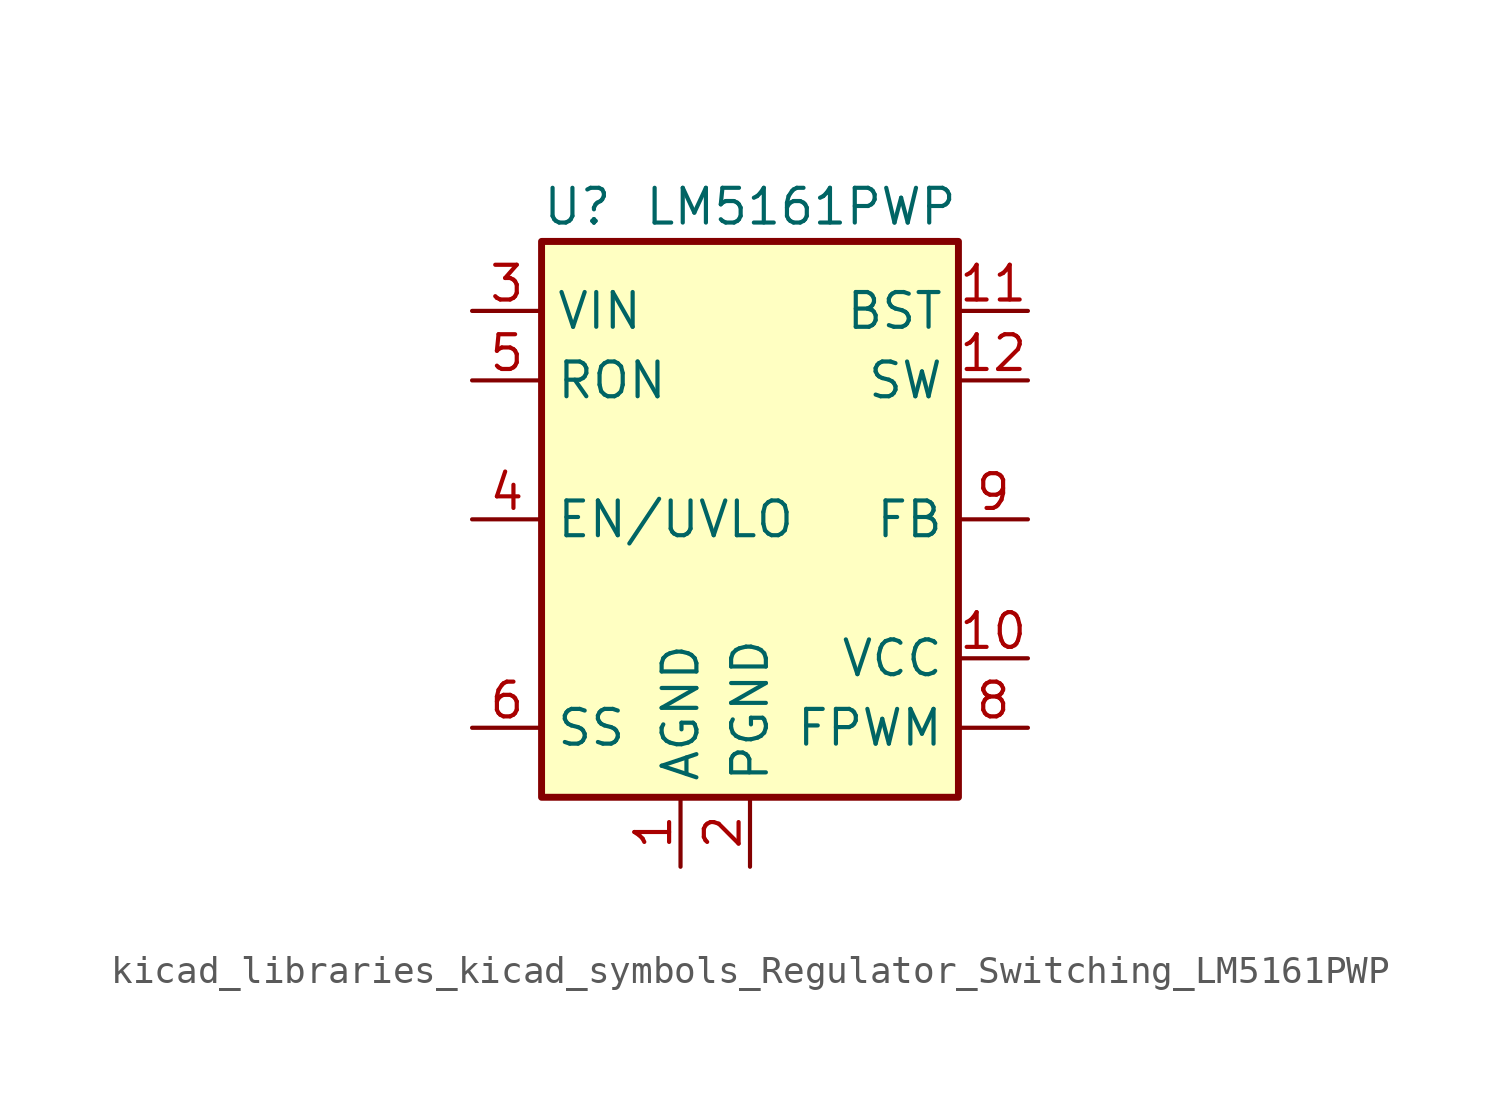
<source format=kicad_sym>
(kicad_symbol_lib
  (version 20220914)
  (generator kicad_symbol_editor)
  (symbol "kicad_libraries_kicad_symbols_Regulator_Switching_LM5161PWP"
    (property "Reference" "U"
      (at -7.62 11.43 0)
      (effects (font (size 1.27 1.27)) (justify left)))
    (property "Value" "LM5161PWP"
      (at 7.62 11.43 0)
      (effects (font (size 1.27 1.27)) (justify right)))
    (symbol "kicad_libraries_kicad_symbols_Regulator_Switching_LM5161PWP_0_1"
      (rectangle (start -7.62 10.16) (end 7.62 -10.16) (stroke (width 0.254) (type default)) (fill (type background))))
    (symbol "kicad_libraries_kicad_symbols_Regulator_Switching_LM5161PWP_1_1"
      (pin power_in line (at -2.54 -12.7 90) (length 2.54) (name "AGND" (effects (font (size 1.27 1.27)))) (number "1" (effects (font (size 1.27 1.27)))))
      (pin power_out line (at 10.16 -5.08 180) (length 2.54) (name "VCC" (effects (font (size 1.27 1.27)))) (number "10" (effects (font (size 1.27 1.27)))))
      (pin passive line (at 10.16 7.62 180) (length 2.54) (name "BST" (effects (font (size 1.27 1.27)))) (number "11" (effects (font (size 1.27 1.27)))))
      (pin power_out line (at 10.16 5.08 180) (length 2.54) (name "SW" (effects (font (size 1.27 1.27)))) (number "12" (effects (font (size 1.27 1.27)))))
      (pin passive line (at 10.16 5.08 180) (length 2.54) hide (name "SW" (effects (font (size 1.27 1.27)))) (number "13" (effects (font (size 1.27 1.27)))))
      (pin no_connect line (at -7.62 -5.08 0) (length 2.54) hide (name "NC" (effects (font (size 1.27 1.27)))) (number "14" (effects (font (size 1.27 1.27)))))
      (pin passive line (at -2.54 -12.7 90) (length 2.54) hide (name "AGND" (effects (font (size 1.27 1.27)))) (number "15" (effects (font (size 1.27 1.27)))))
      (pin power_in line (at 0 -12.7 90) (length 2.54) (name "PGND" (effects (font (size 1.27 1.27)))) (number "2" (effects (font (size 1.27 1.27)))))
      (pin power_in line (at -10.16 7.62 0) (length 2.54) (name "VIN" (effects (font (size 1.27 1.27)))) (number "3" (effects (font (size 1.27 1.27)))))
      (pin input line (at -10.16 0 0) (length 2.54) (name "EN/UVLO" (effects (font (size 1.27 1.27)))) (number "4" (effects (font (size 1.27 1.27)))))
      (pin input line (at -10.16 5.08 0) (length 2.54) (name "RON" (effects (font (size 1.27 1.27)))) (number "5" (effects (font (size 1.27 1.27)))))
      (pin passive line (at -10.16 -7.62 0) (length 2.54) (name "SS" (effects (font (size 1.27 1.27)))) (number "6" (effects (font (size 1.27 1.27)))))
      (pin no_connect line (at -7.62 -2.54 0) (length 2.54) hide (name "NC" (effects (font (size 1.27 1.27)))) (number "7" (effects (font (size 1.27 1.27)))))
      (pin input line (at 10.16 -7.62 180) (length 2.54) (name "FPWM" (effects (font (size 1.27 1.27)))) (number "8" (effects (font (size 1.27 1.27)))))
      (pin input line (at 10.16 0 180) (length 2.54) (name "FB" (effects (font (size 1.27 1.27)))) (number "9" (effects (font (size 1.27 1.27))))))))
</source>
